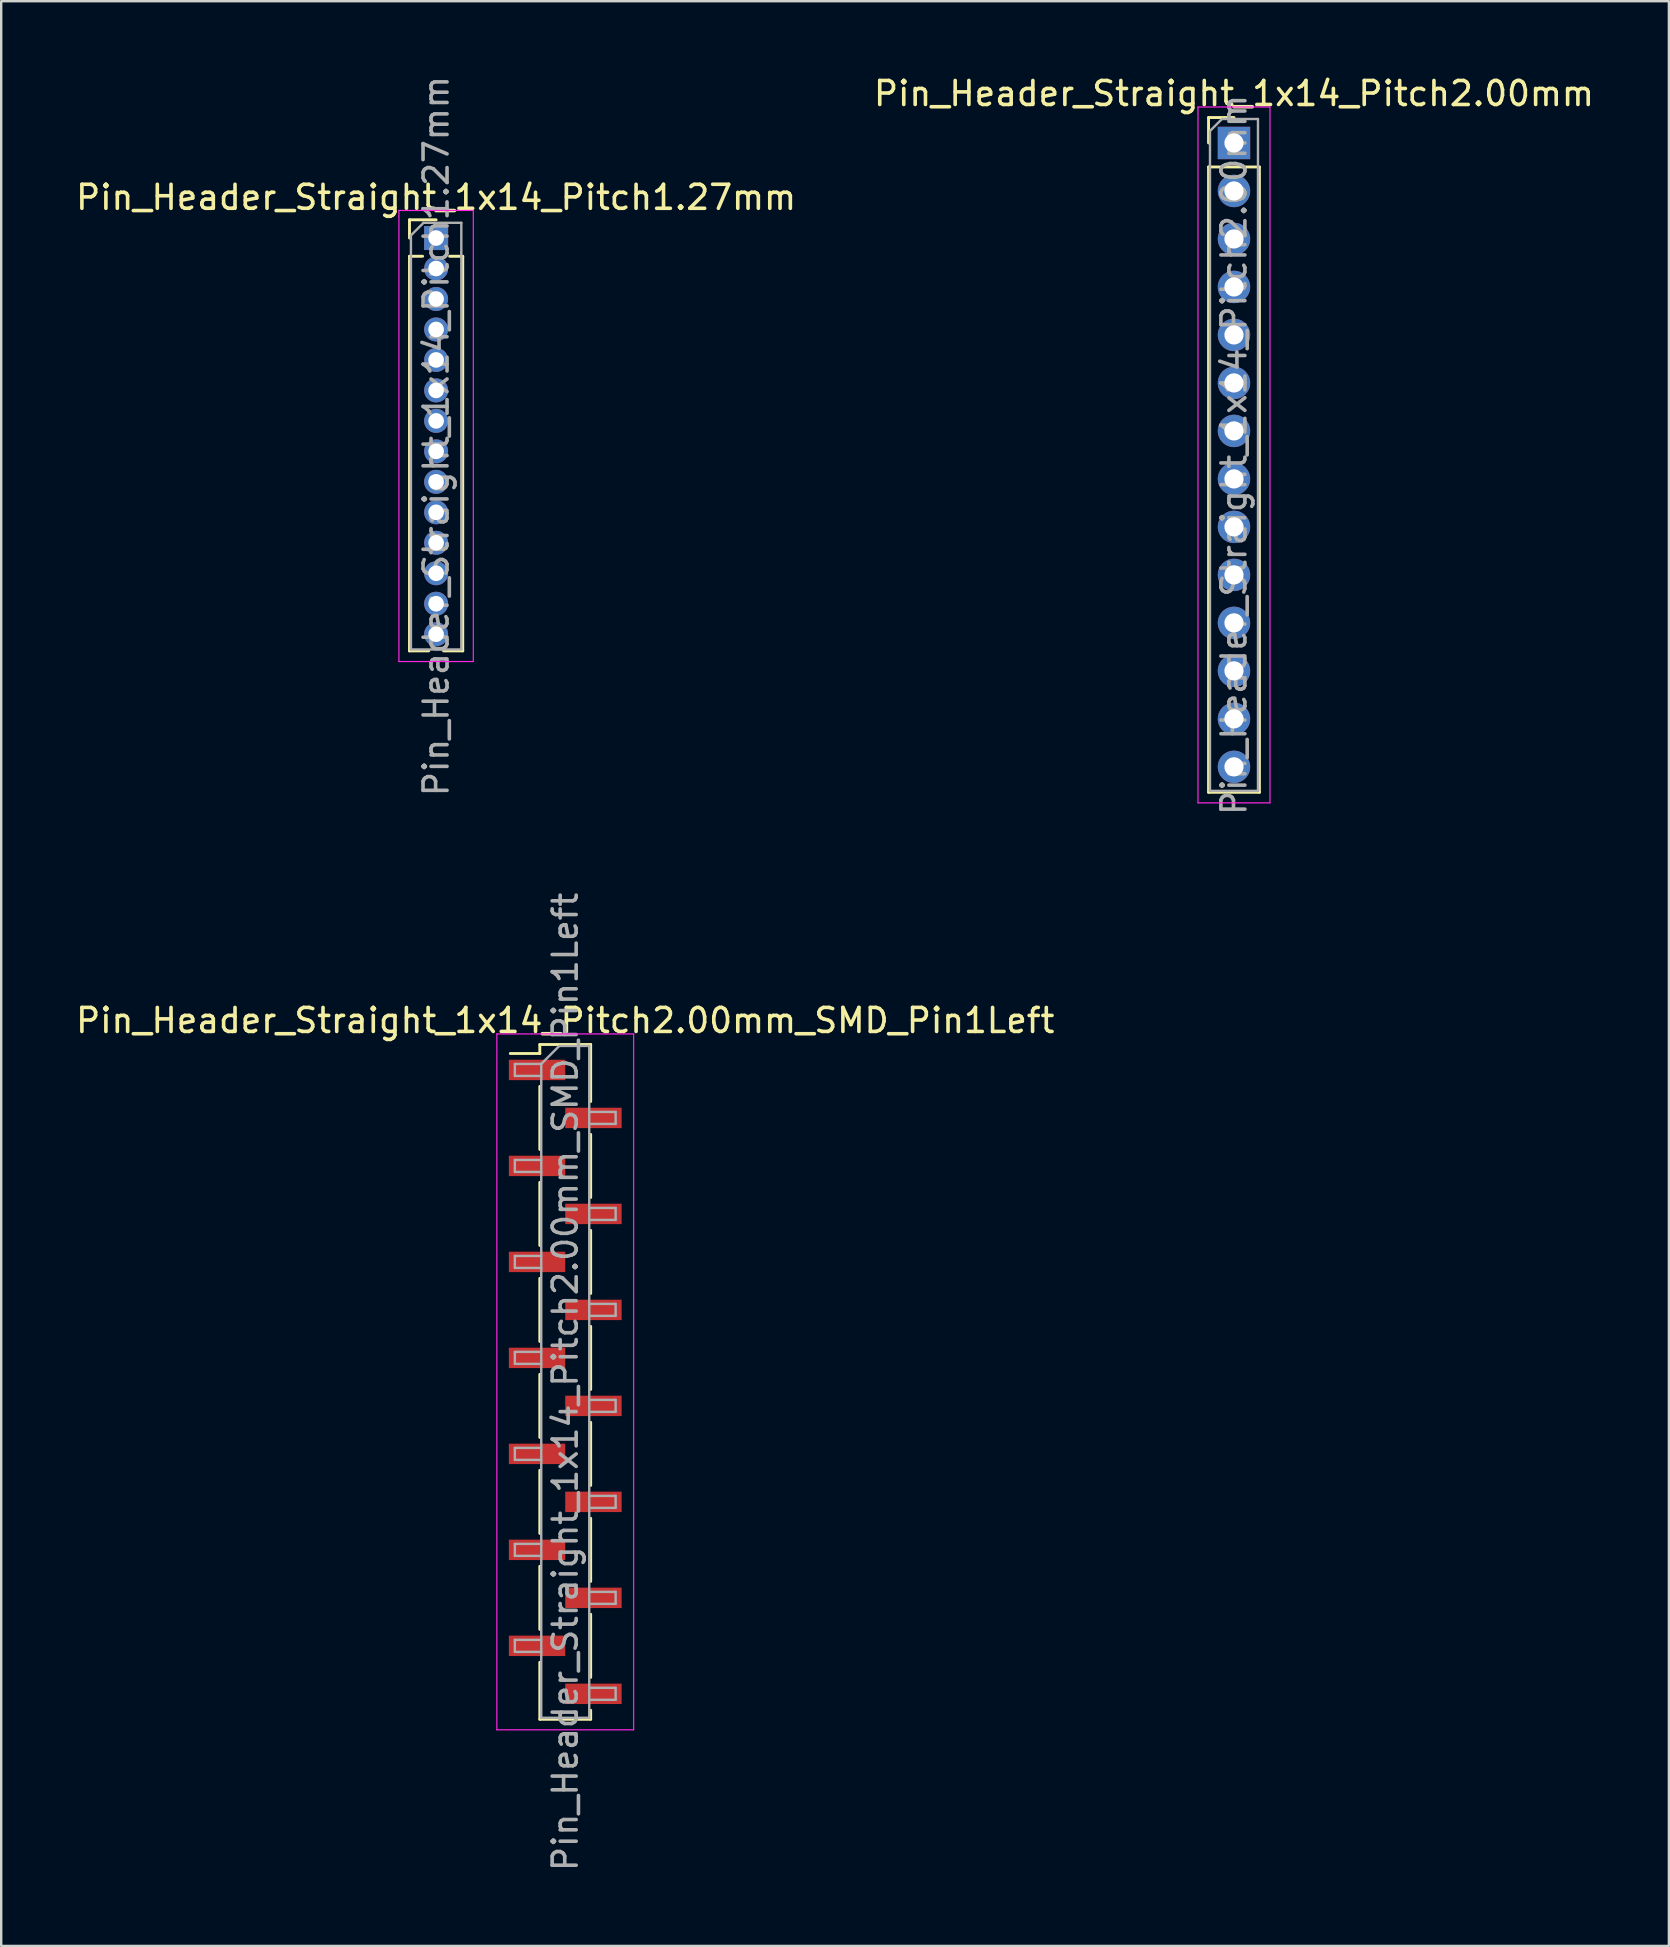
<source format=kicad_pcb>
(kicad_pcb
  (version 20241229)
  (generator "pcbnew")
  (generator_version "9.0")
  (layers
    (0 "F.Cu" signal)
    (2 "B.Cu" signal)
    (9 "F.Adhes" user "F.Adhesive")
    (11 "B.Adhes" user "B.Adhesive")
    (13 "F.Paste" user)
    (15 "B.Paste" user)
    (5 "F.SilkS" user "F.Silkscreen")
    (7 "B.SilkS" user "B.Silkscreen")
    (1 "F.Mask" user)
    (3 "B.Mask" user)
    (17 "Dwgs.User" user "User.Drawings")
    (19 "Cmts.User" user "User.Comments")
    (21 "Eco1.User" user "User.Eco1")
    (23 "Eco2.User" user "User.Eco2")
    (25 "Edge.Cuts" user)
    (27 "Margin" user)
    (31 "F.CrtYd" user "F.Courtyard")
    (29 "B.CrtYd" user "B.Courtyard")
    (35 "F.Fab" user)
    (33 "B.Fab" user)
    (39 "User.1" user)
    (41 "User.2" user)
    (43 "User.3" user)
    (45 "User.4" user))
  (footprint "Pin_Header_Straight_1x14_Pitch2.00mm_SMD_Pin1Left"
    (layer "F.Cu")
    (at 20.506 54.539)
    (property "Reference" "Pin_Header_Straight_1x14_Pitch2.00mm_SMD_Pin1Left" (at 0 -15.06 0) (layer "F.SilkS") (effects (font (size 1 1) (thickness 0.15))))
    (attr smd)
    (fp_line (start -1.06 -14.06) (end -1.06 -13.685) (stroke (width 0.12) (type solid)) (layer "F.SilkS"))
    (fp_line (start -1.06 -14.06) (end 1.06 -14.06) (stroke (width 0.12) (type solid)) (layer "F.SilkS"))
    (fp_line (start -1.06 -13.685) (end -2.29 -13.685) (stroke (width 0.12) (type solid)) (layer "F.SilkS"))
    (fp_line (start -1.06 -12.315) (end -1.06 -9.685) (stroke (width 0.12) (type solid)) (layer "F.SilkS"))
    (fp_line (start -1.06 -8.315) (end -1.06 -5.685) (stroke (width 0.12) (type solid)) (layer "F.SilkS"))
    (fp_line (start -1.06 -4.315) (end -1.06 -1.685) (stroke (width 0.12) (type solid)) (layer "F.SilkS"))
    (fp_line (start -1.06 -0.315) (end -1.06 2.315) (stroke (width 0.12) (type solid)) (layer "F.SilkS"))
    (fp_line (start -1.06 3.685) (end -1.06 6.315) (stroke (width 0.12) (type solid)) (layer "F.SilkS"))
    (fp_line (start -1.06 7.685) (end -1.06 10.315) (stroke (width 0.12) (type solid)) (layer "F.SilkS"))
    (fp_line (start -1.06 11.685) (end -1.06 14.06) (stroke (width 0.12) (type solid)) (layer "F.SilkS"))
    (fp_line (start -1.06 14.06) (end 1.06 14.06) (stroke (width 0.12) (type solid)) (layer "F.SilkS"))
    (fp_line (start 1.06 -14.06) (end 1.06 -11.685) (stroke (width 0.12) (type solid)) (layer "F.SilkS"))
    (fp_line (start 1.06 -10.315) (end 1.06 -7.685) (stroke (width 0.12) (type solid)) (layer "F.SilkS"))
    (fp_line (start 1.06 -6.315) (end 1.06 -3.685) (stroke (width 0.12) (type solid)) (layer "F.SilkS"))
    (fp_line (start 1.06 -2.315) (end 1.06 0.315) (stroke (width 0.12) (type solid)) (layer "F.SilkS"))
    (fp_line (start 1.06 1.685) (end 1.06 4.315) (stroke (width 0.12) (type solid)) (layer "F.SilkS"))
    (fp_line (start 1.06 5.685) (end 1.06 8.315) (stroke (width 0.12) (type solid)) (layer "F.SilkS"))
    (fp_line (start 1.06 9.685) (end 1.06 12.315) (stroke (width 0.12) (type solid)) (layer "F.SilkS"))
    (fp_line (start 1.06 13.685) (end 1.06 14.06) (stroke (width 0.12) (type solid)) (layer "F.SilkS"))
    (fp_line (start -2.85 -14.5) (end -2.85 14.5) (stroke (width 0.05) (type solid)) (layer "F.CrtYd"))
    (fp_line (start -2.85 14.5) (end 2.85 14.5) (stroke (width 0.05) (type solid)) (layer "F.CrtYd"))
    (fp_line (start 2.85 -14.5) (end -2.85 -14.5) (stroke (width 0.05) (type solid)) (layer "F.CrtYd"))
    (fp_line (start 2.85 14.5) (end 2.85 -14.5) (stroke (width 0.05) (type solid)) (layer "F.CrtYd"))
    (fp_line (start -2.1 -13.25) (end -2.1 -12.75) (stroke (width 0.1) (type solid)) (layer "F.Fab"))
    (fp_line (start -2.1 -12.75) (end -1 -12.75) (stroke (width 0.1) (type solid)) (layer "F.Fab"))
    (fp_line (start -2.1 -9.25) (end -2.1 -8.75) (stroke (width 0.1) (type solid)) (layer "F.Fab"))
    (fp_line (start -2.1 -8.75) (end -1 -8.75) (stroke (width 0.1) (type solid)) (layer "F.Fab"))
    (fp_line (start -2.1 -5.25) (end -2.1 -4.75) (stroke (width 0.1) (type solid)) (layer "F.Fab"))
    (fp_line (start -2.1 -4.75) (end -1 -4.75) (stroke (width 0.1) (type solid)) (layer "F.Fab"))
    (fp_line (start -2.1 -1.25) (end -2.1 -0.75) (stroke (width 0.1) (type solid)) (layer "F.Fab"))
    (fp_line (start -2.1 -0.75) (end -1 -0.75) (stroke (width 0.1) (type solid)) (layer "F.Fab"))
    (fp_line (start -2.1 2.75) (end -2.1 3.25) (stroke (width 0.1) (type solid)) (layer "F.Fab"))
    (fp_line (start -2.1 3.25) (end -1 3.25) (stroke (width 0.1) (type solid)) (layer "F.Fab"))
    (fp_line (start -2.1 6.75) (end -2.1 7.25) (stroke (width 0.1) (type solid)) (layer "F.Fab"))
    (fp_line (start -2.1 7.25) (end -1 7.25) (stroke (width 0.1) (type solid)) (layer "F.Fab"))
    (fp_line (start -2.1 10.75) (end -2.1 11.25) (stroke (width 0.1) (type solid)) (layer "F.Fab"))
    (fp_line (start -2.1 11.25) (end -1 11.25) (stroke (width 0.1) (type solid)) (layer "F.Fab"))
    (fp_line (start -1 -13.25) (end -2.1 -13.25) (stroke (width 0.1) (type solid)) (layer "F.Fab"))
    (fp_line (start -1 -13.25) (end -0.25 -14) (stroke (width 0.1) (type solid)) (layer "F.Fab"))
    (fp_line (start -1 -9.25) (end -2.1 -9.25) (stroke (width 0.1) (type solid)) (layer "F.Fab"))
    (fp_line (start -1 -5.25) (end -2.1 -5.25) (stroke (width 0.1) (type solid)) (layer "F.Fab"))
    (fp_line (start -1 -1.25) (end -2.1 -1.25) (stroke (width 0.1) (type solid)) (layer "F.Fab"))
    (fp_line (start -1 2.75) (end -2.1 2.75) (stroke (width 0.1) (type solid)) (layer "F.Fab"))
    (fp_line (start -1 6.75) (end -2.1 6.75) (stroke (width 0.1) (type solid)) (layer "F.Fab"))
    (fp_line (start -1 10.75) (end -2.1 10.75) (stroke (width 0.1) (type solid)) (layer "F.Fab"))
    (fp_line (start -1 14) (end -1 -13.25) (stroke (width 0.1) (type solid)) (layer "F.Fab"))
    (fp_line (start -0.25 -14) (end 1 -14) (stroke (width 0.1) (type solid)) (layer "F.Fab"))
    (fp_line (start 1 -14) (end 1 14) (stroke (width 0.1) (type solid)) (layer "F.Fab"))
    (fp_line (start 1 -11.25) (end 2.1 -11.25) (stroke (width 0.1) (type solid)) (layer "F.Fab"))
    (fp_line (start 1 -7.25) (end 2.1 -7.25) (stroke (width 0.1) (type solid)) (layer "F.Fab"))
    (fp_line (start 1 -3.25) (end 2.1 -3.25) (stroke (width 0.1) (type solid)) (layer "F.Fab"))
    (fp_line (start 1 0.75) (end 2.1 0.75) (stroke (width 0.1) (type solid)) (layer "F.Fab"))
    (fp_line (start 1 4.75) (end 2.1 4.75) (stroke (width 0.1) (type solid)) (layer "F.Fab"))
    (fp_line (start 1 8.75) (end 2.1 8.75) (stroke (width 0.1) (type solid)) (layer "F.Fab"))
    (fp_line (start 1 12.75) (end 2.1 12.75) (stroke (width 0.1) (type solid)) (layer "F.Fab"))
    (fp_line (start 1 14) (end -1 14) (stroke (width 0.1) (type solid)) (layer "F.Fab"))
    (fp_line (start 2.1 -11.25) (end 2.1 -10.75) (stroke (width 0.1) (type solid)) (layer "F.Fab"))
    (fp_line (start 2.1 -10.75) (end 1 -10.75) (stroke (width 0.1) (type solid)) (layer "F.Fab"))
    (fp_line (start 2.1 -7.25) (end 2.1 -6.75) (stroke (width 0.1) (type solid)) (layer "F.Fab"))
    (fp_line (start 2.1 -6.75) (end 1 -6.75) (stroke (width 0.1) (type solid)) (layer "F.Fab"))
    (fp_line (start 2.1 -3.25) (end 2.1 -2.75) (stroke (width 0.1) (type solid)) (layer "F.Fab"))
    (fp_line (start 2.1 -2.75) (end 1 -2.75) (stroke (width 0.1) (type solid)) (layer "F.Fab"))
    (fp_line (start 2.1 0.75) (end 2.1 1.25) (stroke (width 0.1) (type solid)) (layer "F.Fab"))
    (fp_line (start 2.1 1.25) (end 1 1.25) (stroke (width 0.1) (type solid)) (layer "F.Fab"))
    (fp_line (start 2.1 4.75) (end 2.1 5.25) (stroke (width 0.1) (type solid)) (layer "F.Fab"))
    (fp_line (start 2.1 5.25) (end 1 5.25) (stroke (width 0.1) (type solid)) (layer "F.Fab"))
    (fp_line (start 2.1 8.75) (end 2.1 9.25) (stroke (width 0.1) (type solid)) (layer "F.Fab"))
    (fp_line (start 2.1 9.25) (end 1 9.25) (stroke (width 0.1) (type solid)) (layer "F.Fab"))
    (fp_line (start 2.1 12.75) (end 2.1 13.25) (stroke (width 0.1) (type solid)) (layer "F.Fab"))
    (fp_line (start 2.1 13.25) (end 1 13.25) (stroke (width 0.1) (type solid)) (layer "F.Fab"))
    (fp_text user "${REFERENCE}" (at 0 0 90) (layer "F.Fab") (effects (font (size 1 1) (thickness 0.15))))
    (pad "1" smd rect (at -1.175 -13) (size 2.35 0.85) (layers "F.Cu" "F.Mask" "F.Paste"))
    (pad "2" smd rect (at 1.175 -11) (size 2.35 0.85) (layers "F.Cu" "F.Mask" "F.Paste"))
    (pad "3" smd rect (at -1.175 -9) (size 2.35 0.85) (layers "F.Cu" "F.Mask" "F.Paste"))
    (pad "4" smd rect (at 1.175 -7) (size 2.35 0.85) (layers "F.Cu" "F.Mask" "F.Paste"))
    (pad "5" smd rect (at -1.175 -5) (size 2.35 0.85) (layers "F.Cu" "F.Mask" "F.Paste"))
    (pad "6" smd rect (at 1.175 -3) (size 2.35 0.85) (layers "F.Cu" "F.Mask" "F.Paste"))
    (pad "7" smd rect (at -1.175 -1) (size 2.35 0.85) (layers "F.Cu" "F.Mask" "F.Paste"))
    (pad "8" smd rect (at 1.175 1) (size 2.35 0.85) (layers "F.Cu" "F.Mask" "F.Paste"))
    (pad "9" smd rect (at -1.175 3) (size 2.35 0.85) (layers "F.Cu" "F.Mask" "F.Paste"))
    (pad "10" smd rect (at 1.175 5) (size 2.35 0.85) (layers "F.Cu" "F.Mask" "F.Paste"))
    (pad "11" smd rect (at -1.175 7) (size 2.35 0.85) (layers "F.Cu" "F.Mask" "F.Paste"))
    (pad "12" smd rect (at 1.175 9) (size 2.35 0.85) (layers "F.Cu" "F.Mask" "F.Paste"))
    (pad "13" smd rect (at -1.175 11) (size 2.35 0.85) (layers "F.Cu" "F.Mask" "F.Paste"))
    (pad "14" smd rect (at 1.175 13) (size 2.35 0.85) (layers "F.Cu" "F.Mask" "F.Paste")))
  (footprint "Pin_Header_Straight_1x14_Pitch1.27mm"
    (layer "F.Cu")
    (at 15.125 6.87)
    (property "Reference" "Pin_Header_Straight_1x14_Pitch1.27mm" (at 0 -1.695 0) (layer "F.SilkS") (effects (font (size 1 1) (thickness 0.15))))
    (attr through_hole)
    (fp_line (start -1.11 -0.76) (end 0 -0.76) (stroke (width 0.12) (type solid)) (layer "F.SilkS"))
    (fp_line (start -1.11 0) (end -1.11 -0.76) (stroke (width 0.12) (type solid)) (layer "F.SilkS"))
    (fp_line (start -1.11 0.76) (end -1.11 17.205) (stroke (width 0.12) (type solid)) (layer "F.SilkS"))
    (fp_line (start -1.11 0.76) (end -0.563 0.76) (stroke (width 0.12) (type solid)) (layer "F.SilkS"))
    (fp_line (start -1.11 17.205) (end -0.308 17.205) (stroke (width 0.12) (type solid)) (layer "F.SilkS"))
    (fp_line (start 0.308 17.205) (end 1.11 17.205) (stroke (width 0.12) (type solid)) (layer "F.SilkS"))
    (fp_line (start 0.563 0.76) (end 1.11 0.76) (stroke (width 0.12) (type solid)) (layer "F.SilkS"))
    (fp_line (start 1.11 0.76) (end 1.11 17.205) (stroke (width 0.12) (type solid)) (layer "F.SilkS"))
    (fp_line (start -1.55 -1.15) (end -1.55 17.65) (stroke (width 0.05) (type solid)) (layer "F.CrtYd"))
    (fp_line (start -1.55 17.65) (end 1.55 17.65) (stroke (width 0.05) (type solid)) (layer "F.CrtYd"))
    (fp_line (start 1.55 -1.15) (end -1.55 -1.15) (stroke (width 0.05) (type solid)) (layer "F.CrtYd"))
    (fp_line (start 1.55 17.65) (end 1.55 -1.15) (stroke (width 0.05) (type solid)) (layer "F.CrtYd"))
    (fp_line (start -1.05 -0.11) (end -0.525 -0.635) (stroke (width 0.1) (type solid)) (layer "F.Fab"))
    (fp_line (start -1.05 17.145) (end -1.05 -0.11) (stroke (width 0.1) (type solid)) (layer "F.Fab"))
    (fp_line (start -0.525 -0.635) (end 1.05 -0.635) (stroke (width 0.1) (type solid)) (layer "F.Fab"))
    (fp_line (start 1.05 -0.635) (end 1.05 17.145) (stroke (width 0.1) (type solid)) (layer "F.Fab"))
    (fp_line (start 1.05 17.145) (end -1.05 17.145) (stroke (width 0.1) (type solid)) (layer "F.Fab"))
    (fp_text user "${REFERENCE}" (at 0 8.255 90) (layer "F.Fab") (effects (font (size 1 1) (thickness 0.15))))
    (pad "1" thru_hole rect (at 0 0) (size 1 1) (drill 0.65) (layers "*.Cu" "*.Mask"))
    (pad "2" thru_hole oval (at 0 1.27) (size 1 1) (drill 0.65) (layers "*.Cu" "*.Mask"))
    (pad "3" thru_hole oval (at 0 2.54) (size 1 1) (drill 0.65) (layers "*.Cu" "*.Mask"))
    (pad "4" thru_hole oval (at 0 3.81) (size 1 1) (drill 0.65) (layers "*.Cu" "*.Mask"))
    (pad "5" thru_hole oval (at 0 5.08) (size 1 1) (drill 0.65) (layers "*.Cu" "*.Mask"))
    (pad "6" thru_hole oval (at 0 6.35) (size 1 1) (drill 0.65) (layers "*.Cu" "*.Mask"))
    (pad "7" thru_hole oval (at 0 7.62) (size 1 1) (drill 0.65) (layers "*.Cu" "*.Mask"))
    (pad "8" thru_hole oval (at 0 8.89) (size 1 1) (drill 0.65) (layers "*.Cu" "*.Mask"))
    (pad "9" thru_hole oval (at 0 10.16) (size 1 1) (drill 0.65) (layers "*.Cu" "*.Mask"))
    (pad "10" thru_hole oval (at 0 11.43) (size 1 1) (drill 0.65) (layers "*.Cu" "*.Mask"))
    (pad "11" thru_hole oval (at 0 12.7) (size 1 1) (drill 0.65) (layers "*.Cu" "*.Mask"))
    (pad "12" thru_hole oval (at 0 13.97) (size 1 1) (drill 0.65) (layers "*.Cu" "*.Mask"))
    (pad "13" thru_hole oval (at 0 15.24) (size 1 1) (drill 0.65) (layers "*.Cu" "*.Mask"))
    (pad "14" thru_hole oval (at 0 16.51) (size 1 1) (drill 0.65) (layers "*.Cu" "*.Mask")))
  (footprint "Pin_Header_Straight_1x14_Pitch2.00mm"
    (layer "F.Cu")
    (at 48.375 2.908)
    (property "Reference" "Pin_Header_Straight_1x14_Pitch2.00mm" (at 0 -2.06 0) (layer "F.SilkS") (effects (font (size 1 1) (thickness 0.15))))
    (attr through_hole)
    (fp_line (start -1.06 -1.06) (end 0 -1.06) (stroke (width 0.12) (type solid)) (layer "F.SilkS"))
    (fp_line (start -1.06 0) (end -1.06 -1.06) (stroke (width 0.12) (type solid)) (layer "F.SilkS"))
    (fp_line (start -1.06 1) (end -1.06 27.06) (stroke (width 0.12) (type solid)) (layer "F.SilkS"))
    (fp_line (start -1.06 1) (end 1.06 1) (stroke (width 0.12) (type solid)) (layer "F.SilkS"))
    (fp_line (start -1.06 27.06) (end 1.06 27.06) (stroke (width 0.12) (type solid)) (layer "F.SilkS"))
    (fp_line (start 1.06 1) (end 1.06 27.06) (stroke (width 0.12) (type solid)) (layer "F.SilkS"))
    (fp_line (start -1.5 -1.5) (end -1.5 27.5) (stroke (width 0.05) (type solid)) (layer "F.CrtYd"))
    (fp_line (start -1.5 27.5) (end 1.5 27.5) (stroke (width 0.05) (type solid)) (layer "F.CrtYd"))
    (fp_line (start 1.5 -1.5) (end -1.5 -1.5) (stroke (width 0.05) (type solid)) (layer "F.CrtYd"))
    (fp_line (start 1.5 27.5) (end 1.5 -1.5) (stroke (width 0.05) (type solid)) (layer "F.CrtYd"))
    (fp_line (start -1 -0.5) (end -0.5 -1) (stroke (width 0.1) (type solid)) (layer "F.Fab"))
    (fp_line (start -1 27) (end -1 -0.5) (stroke (width 0.1) (type solid)) (layer "F.Fab"))
    (fp_line (start -0.5 -1) (end 1 -1) (stroke (width 0.1) (type solid)) (layer "F.Fab"))
    (fp_line (start 1 -1) (end 1 27) (stroke (width 0.1) (type solid)) (layer "F.Fab"))
    (fp_line (start 1 27) (end -1 27) (stroke (width 0.1) (type solid)) (layer "F.Fab"))
    (fp_text user "${REFERENCE}" (at 0 13 90) (layer "F.Fab") (effects (font (size 1 1) (thickness 0.15))))
    (pad "1" thru_hole rect (at 0 0) (size 1.35 1.35) (drill 0.8) (layers "*.Cu" "*.Mask"))
    (pad "2" thru_hole oval (at 0 2) (size 1.35 1.35) (drill 0.8) (layers "*.Cu" "*.Mask"))
    (pad "3" thru_hole oval (at 0 4) (size 1.35 1.35) (drill 0.8) (layers "*.Cu" "*.Mask"))
    (pad "4" thru_hole oval (at 0 6) (size 1.35 1.35) (drill 0.8) (layers "*.Cu" "*.Mask"))
    (pad "5" thru_hole oval (at 0 8) (size 1.35 1.35) (drill 0.8) (layers "*.Cu" "*.Mask"))
    (pad "6" thru_hole oval (at 0 10) (size 1.35 1.35) (drill 0.8) (layers "*.Cu" "*.Mask"))
    (pad "7" thru_hole oval (at 0 12) (size 1.35 1.35) (drill 0.8) (layers "*.Cu" "*.Mask"))
    (pad "8" thru_hole oval (at 0 14) (size 1.35 1.35) (drill 0.8) (layers "*.Cu" "*.Mask"))
    (pad "9" thru_hole oval (at 0 16) (size 1.35 1.35) (drill 0.8) (layers "*.Cu" "*.Mask"))
    (pad "10" thru_hole oval (at 0 18) (size 1.35 1.35) (drill 0.8) (layers "*.Cu" "*.Mask"))
    (pad "11" thru_hole oval (at 0 20) (size 1.35 1.35) (drill 0.8) (layers "*.Cu" "*.Mask"))
    (pad "12" thru_hole oval (at 0 22) (size 1.35 1.35) (drill 0.8) (layers "*.Cu" "*.Mask"))
    (pad "13" thru_hole oval (at 0 24) (size 1.35 1.35) (drill 0.8) (layers "*.Cu" "*.Mask"))
    (pad "14" thru_hole oval (at 0 26) (size 1.35 1.35) (drill 0.8) (layers "*.Cu" "*.Mask")))
  (gr_rect
    (start -3 -3)
    (end 66.5 78.045)
    (stroke (width 0.1) (type default))
    (fill no)
    (layer "Edge.Cuts")))
</source>
